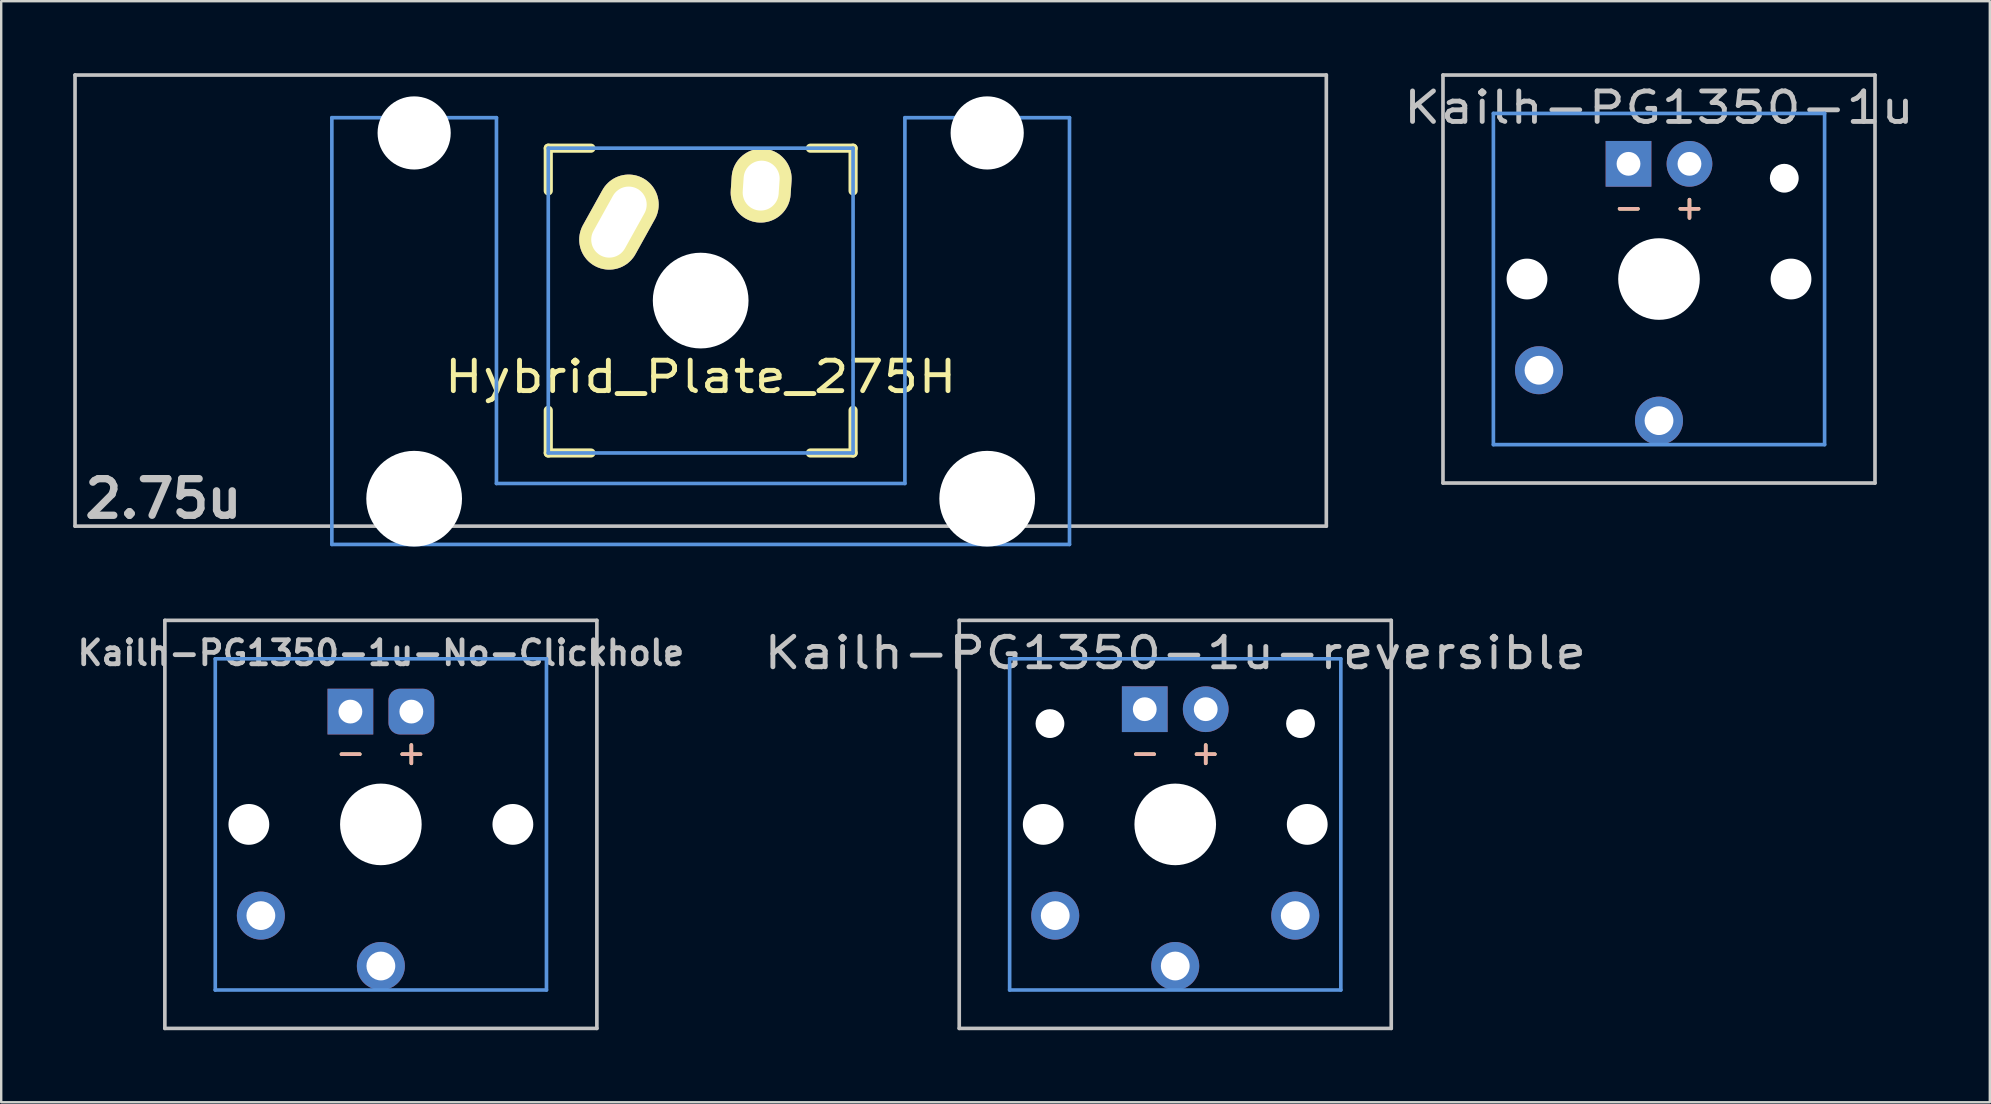
<source format=kicad_pcb>
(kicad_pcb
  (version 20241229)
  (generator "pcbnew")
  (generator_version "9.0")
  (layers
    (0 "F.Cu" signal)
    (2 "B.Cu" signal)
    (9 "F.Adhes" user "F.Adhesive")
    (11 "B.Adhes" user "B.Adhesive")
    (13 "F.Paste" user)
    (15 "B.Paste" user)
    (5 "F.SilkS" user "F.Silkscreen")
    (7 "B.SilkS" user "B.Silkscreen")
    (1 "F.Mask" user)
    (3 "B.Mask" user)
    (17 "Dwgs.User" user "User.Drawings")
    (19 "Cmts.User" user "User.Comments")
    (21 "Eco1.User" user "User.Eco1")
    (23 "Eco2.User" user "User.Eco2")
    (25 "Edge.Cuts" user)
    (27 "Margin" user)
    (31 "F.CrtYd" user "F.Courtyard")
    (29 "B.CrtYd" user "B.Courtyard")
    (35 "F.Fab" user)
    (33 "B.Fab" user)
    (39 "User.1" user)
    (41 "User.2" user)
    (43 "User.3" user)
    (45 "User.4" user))
  (footprint "Kailh-PG1350-1u-reversible"
    (layer "F.Cu")
    (at 45.917 31.299)
    (property "Reference" "Kailh-PG1350-1u-reversible" (at 0 -7.144 180) (layer "Dwgs.User") (effects (font (size 1.27 1.524) (thickness 0.203))))
    (attr through_hole)
    (fp_line (start -9 -8.5) (end 9 -8.5) (stroke (width 0.152) (type solid)) (layer "Dwgs.User"))
    (fp_line (start -9 8.5) (end -9 -8.5) (stroke (width 0.152) (type solid)) (layer "Dwgs.User"))
    (fp_line (start 9 -8.5) (end 9 8.5) (stroke (width 0.152) (type solid)) (layer "Dwgs.User"))
    (fp_line (start 9 8.5) (end -9 8.5) (stroke (width 0.152) (type solid)) (layer "Dwgs.User"))
    (fp_line (start -6.9 -6.9) (end 6.9 -6.9) (stroke (width 0.152) (type solid)) (layer "Cmts.User"))
    (fp_line (start -6.9 6.9) (end -6.9 -6.9) (stroke (width 0.152) (type solid)) (layer "Cmts.User"))
    (fp_line (start 6.9 -6.9) (end 6.9 6.9) (stroke (width 0.152) (type solid)) (layer "Cmts.User"))
    (fp_line (start 6.9 6.9) (end -6.9 6.9) (stroke (width 0.152) (type solid)) (layer "Cmts.User"))
    (fp_line (start -7.5 -7.5) (end 7.5 -7.5) (stroke (width 0.152) (type solid)) (layer "Eco2.User"))
    (fp_line (start -7.5 7.5) (end -7.5 -7.5) (stroke (width 0.152) (type solid)) (layer "Eco2.User"))
    (fp_line (start 7.5 -7.5) (end 7.5 7.5) (stroke (width 0.152) (type solid)) (layer "Eco2.User"))
    (fp_line (start 7.5 7.5) (end -7.5 7.5) (stroke (width 0.152) (type solid)) (layer "Eco2.User"))
    (fp_text user "-" (at -1.26 -3 180) (layer "F.SilkS") (effects (font (size 1 1) (thickness 0.15))))
    (fp_text user "+" (at 1.27 -3 180) (layer "F.SilkS") (effects (font (size 1 1) (thickness 0.15))))
    (fp_text user "-" (at -1.26 -3 180) (layer "B.SilkS") (effects (font (size 1 1) (thickness 0.15)) (justify mirror)))
    (fp_text user "+" (at 1.27 -3 180) (layer "B.SilkS") (effects (font (size 1 1) (thickness 0.15)) (justify mirror)))
    (pad "" np_thru_hole circle (at -5.5 0 180) (size 1.7 1.7) (drill 1.7) (layers "*.Cu"))
    (pad "" np_thru_hole circle (at -5.22 -4.2 180) (size 1.2 1.2) (drill 1.2) (layers "*.Cu"))
    (pad "" np_thru_hole circle (at 0 0 180) (size 3.4 3.4) (drill 3.4) (layers "*.Cu"))
    (pad "" np_thru_hole circle (at 5.22 -4.2 180) (size 1.2 1.2) (drill 1.2) (layers "*.Cu"))
    (pad "" np_thru_hole circle (at 5.5 0 180) (size 1.7 1.7) (drill 1.7) (layers "*.Cu"))
    (pad "1" thru_hole circle (at 0 5.9 180) (size 2 2) (drill 1.2) (layers "*.Cu" "*.Mask"))
    (pad "2" thru_hole circle (at -5 3.8 41.9) (size 2 2) (drill 1.2) (layers "*.Cu" "*.Mask"))
    (pad "2" thru_hole circle (at 5 3.8 41.9) (size 2 2) (drill 1.2) (layers "*.Cu" "*.Mask"))
    (pad "3" thru_hole circle (at 1.27 -4.8 180) (size 1.905 1.905) (drill 0.991) (layers "*.Cu" "*.Mask"))
    (pad "4" thru_hole rect (at -1.27 -4.8 180) (size 1.905 1.905) (drill 0.991) (layers "*.Cu" "*.Mask")))
  (footprint "Kailh-PG1350-1u-No-Clickhole"
    (layer "F.Cu")
    (at 12.819 31.299)
    (property "Reference" "Kailh-PG1350-1u-No-Clickhole" (at 0 -7.144 180) (layer "Dwgs.User") (effects (font (size 1 1) (thickness 0.2))))
    (attr through_hole)
    (fp_line (start -9 -8.5) (end 9 -8.5) (stroke (width 0.152) (type solid)) (layer "Dwgs.User"))
    (fp_line (start -9 8.5) (end -9 -8.5) (stroke (width 0.152) (type solid)) (layer "Dwgs.User"))
    (fp_line (start 9 -8.5) (end 9 8.5) (stroke (width 0.152) (type solid)) (layer "Dwgs.User"))
    (fp_line (start 9 8.5) (end -9 8.5) (stroke (width 0.152) (type solid)) (layer "Dwgs.User"))
    (fp_line (start -6.9 -6.9) (end 6.9 -6.9) (stroke (width 0.152) (type solid)) (layer "Cmts.User"))
    (fp_line (start -6.9 6.9) (end -6.9 -6.9) (stroke (width 0.152) (type solid)) (layer "Cmts.User"))
    (fp_line (start 6.9 -6.9) (end 6.9 6.9) (stroke (width 0.152) (type solid)) (layer "Cmts.User"))
    (fp_line (start 6.9 6.9) (end -6.9 6.9) (stroke (width 0.152) (type solid)) (layer "Cmts.User"))
    (fp_line (start -7.5 -7.5) (end 7.5 -7.5) (stroke (width 0.152) (type solid)) (layer "Eco2.User"))
    (fp_line (start -7.5 7.5) (end -7.5 -7.5) (stroke (width 0.152) (type solid)) (layer "Eco2.User"))
    (fp_line (start 7.5 -7.5) (end 7.5 7.5) (stroke (width 0.152) (type solid)) (layer "Eco2.User"))
    (fp_line (start 7.5 7.5) (end -7.5 7.5) (stroke (width 0.152) (type solid)) (layer "Eco2.User"))
    (fp_text user "-" (at -1.26 -3 180) (layer "F.SilkS") (effects (font (size 1 1) (thickness 0.15))))
    (fp_text user "+" (at 1.27 -3 180) (layer "F.SilkS") (effects (font (size 1 1) (thickness 0.15))))
    (fp_text user "-" (at -1.26 -3 180) (layer "B.SilkS") (effects (font (size 1 1) (thickness 0.15)) (justify mirror)))
    (fp_text user "+" (at 1.27 -3 180) (layer "B.SilkS") (effects (font (size 1 1) (thickness 0.15)) (justify mirror)))
    (pad "" np_thru_hole circle (at -5.5 0 180) (size 1.7 1.7) (drill 1.7) (layers "*.Cu" "*.Mask"))
    (pad "" np_thru_hole circle (at 0 0 180) (size 3.4 3.4) (drill 3.4) (layers "*.Cu" "*.Mask"))
    (pad "" np_thru_hole circle (at 5.5 0 180) (size 1.7 1.7) (drill 1.7) (layers "*.Cu" "*.Mask"))
    (pad "1" thru_hole circle (at 0 5.9 180) (size 2 2) (drill 1.2) (layers "*.Cu" "*.Mask"))
    (pad "2" thru_hole circle (at -5 3.8 41.9) (size 2 2) (drill 1.2) (layers "*.Cu" "*.Mask"))
    (pad "3" thru_hole roundrect (at 1.27 -4.7 180) (size 1.905 1.905) (drill 0.991) (layers "*.Cu" "*.Mask") (roundrect_rratio 0.25))
    (pad "4" thru_hole rect (at -1.27 -4.7 180) (size 1.905 1.905) (drill 0.991) (layers "*.Cu" "*.Mask")))
  (footprint "Kailh-PG1350-1u"
    (layer "F.Cu")
    (at 66.073 8.576)
    (property "Reference" "Kailh-PG1350-1u" (at 0 -7.144 180) (layer "Dwgs.User") (effects (font (size 1.27 1.524) (thickness 0.203))))
    (attr through_hole)
    (fp_line (start -9 -8.5) (end 9 -8.5) (stroke (width 0.152) (type solid)) (layer "Dwgs.User"))
    (fp_line (start -9 8.5) (end -9 -8.5) (stroke (width 0.152) (type solid)) (layer "Dwgs.User"))
    (fp_line (start 9 -8.5) (end 9 8.5) (stroke (width 0.152) (type solid)) (layer "Dwgs.User"))
    (fp_line (start 9 8.5) (end -9 8.5) (stroke (width 0.152) (type solid)) (layer "Dwgs.User"))
    (fp_line (start -6.9 -6.9) (end 6.9 -6.9) (stroke (width 0.152) (type solid)) (layer "Cmts.User"))
    (fp_line (start -6.9 6.9) (end -6.9 -6.9) (stroke (width 0.152) (type solid)) (layer "Cmts.User"))
    (fp_line (start 6.9 -6.9) (end 6.9 6.9) (stroke (width 0.152) (type solid)) (layer "Cmts.User"))
    (fp_line (start 6.9 6.9) (end -6.9 6.9) (stroke (width 0.152) (type solid)) (layer "Cmts.User"))
    (fp_line (start -7.5 -7.5) (end 7.5 -7.5) (stroke (width 0.152) (type solid)) (layer "Eco2.User"))
    (fp_line (start -7.5 7.5) (end -7.5 -7.5) (stroke (width 0.152) (type solid)) (layer "Eco2.User"))
    (fp_line (start 7.5 -7.5) (end 7.5 7.5) (stroke (width 0.152) (type solid)) (layer "Eco2.User"))
    (fp_line (start 7.5 7.5) (end -7.5 7.5) (stroke (width 0.152) (type solid)) (layer "Eco2.User"))
    (fp_text user "+" (at 1.27 -3 180) (layer "F.SilkS") (effects (font (size 1 1) (thickness 0.15))))
    (fp_text user "-" (at -1.26 -3 180) (layer "F.SilkS") (effects (font (size 1 1) (thickness 0.15))))
    (fp_text user "+" (at 1.27 -3 180) (layer "B.SilkS") (effects (font (size 1 1) (thickness 0.15)) (justify mirror)))
    (fp_text user "-" (at -1.26 -3 180) (layer "B.SilkS") (effects (font (size 1 1) (thickness 0.15)) (justify mirror)))
    (pad "" np_thru_hole circle (at -5.5 0 180) (size 1.7 1.7) (drill 1.7) (layers "*.Cu"))
    (pad "" np_thru_hole circle (at 0 0 180) (size 3.4 3.4) (drill 3.4) (layers "*.Cu"))
    (pad "" np_thru_hole circle (at 5.22 -4.2 180) (size 1.2 1.2) (drill 1.2) (layers "*.Cu"))
    (pad "" np_thru_hole circle (at 5.5 0 180) (size 1.7 1.7) (drill 1.7) (layers "*.Cu"))
    (pad "1" thru_hole circle (at 0 5.9 180) (size 2 2) (drill 1.2) (layers "*.Cu" "*.Mask"))
    (pad "2" thru_hole circle (at -5 3.8 41.9) (size 2 2) (drill 1.2) (layers "*.Cu" "*.Mask"))
    (pad "3" thru_hole circle (at 1.27 -4.8 180) (size 1.905 1.905) (drill 0.991) (layers "*.Cu" "*.Mask"))
    (pad "4" thru_hole rect (at -1.27 -4.8 180) (size 1.905 1.905) (drill 0.991) (layers "*.Cu" "*.Mask")))
  (footprint "Hybrid_Plate_275H"
    (layer "F.Cu")
    (at 26.144 9.474)
    (property "Reference" "Hybrid_Plate_275H" (at 0 3.175 0) (layer "F.SilkS") (effects (font (size 1.27 1.524) (thickness 0.203))))
    (attr through_hole)
    (fp_line (start -6.35 -6.35) (end -4.572 -6.35) (stroke (width 0.381) (type solid)) (layer "F.SilkS"))
    (fp_line (start -6.35 -4.572) (end -6.35 -6.35) (stroke (width 0.381) (type solid)) (layer "F.SilkS"))
    (fp_line (start -6.35 6.35) (end -6.35 4.572) (stroke (width 0.381) (type solid)) (layer "F.SilkS"))
    (fp_line (start -4.572 6.35) (end -6.35 6.35) (stroke (width 0.381) (type solid)) (layer "F.SilkS"))
    (fp_line (start 4.572 -6.35) (end 6.35 -6.35) (stroke (width 0.381) (type solid)) (layer "F.SilkS"))
    (fp_line (start 6.35 -6.35) (end 6.35 -4.572) (stroke (width 0.381) (type solid)) (layer "F.SilkS"))
    (fp_line (start 6.35 4.572) (end 6.35 6.35) (stroke (width 0.381) (type solid)) (layer "F.SilkS"))
    (fp_line (start 6.35 6.35) (end 4.572 6.35) (stroke (width 0.381) (type solid)) (layer "F.SilkS"))
    (fp_line (start -26.068 -9.398) (end 26.068 -9.398) (stroke (width 0.152) (type solid)) (layer "Dwgs.User"))
    (fp_line (start -26.068 9.398) (end -26.068 -9.398) (stroke (width 0.152) (type solid)) (layer "Dwgs.User"))
    (fp_line (start 26.068 -9.398) (end 26.068 9.398) (stroke (width 0.152) (type solid)) (layer "Dwgs.User"))
    (fp_line (start 26.068 9.398) (end -26.068 9.398) (stroke (width 0.152) (type solid)) (layer "Dwgs.User"))
    (fp_line (start -15.367 -7.62) (end -15.367 10.16) (stroke (width 0.152) (type solid)) (layer "Cmts.User"))
    (fp_line (start -15.367 10.16) (end 15.367 10.16) (stroke (width 0.152) (type solid)) (layer "Cmts.User"))
    (fp_line (start -8.509 -7.62) (end -15.367 -7.62) (stroke (width 0.152) (type solid)) (layer "Cmts.User"))
    (fp_line (start -8.509 7.62) (end -8.509 -7.62) (stroke (width 0.152) (type solid)) (layer "Cmts.User"))
    (fp_line (start -6.35 -6.35) (end 6.35 -6.35) (stroke (width 0.152) (type solid)) (layer "Cmts.User"))
    (fp_line (start -6.35 6.35) (end -6.35 -6.35) (stroke (width 0.152) (type solid)) (layer "Cmts.User"))
    (fp_line (start 6.35 -6.35) (end 6.35 6.35) (stroke (width 0.152) (type solid)) (layer "Cmts.User"))
    (fp_line (start 6.35 6.35) (end -6.35 6.35) (stroke (width 0.152) (type solid)) (layer "Cmts.User"))
    (fp_line (start 8.509 -7.62) (end 8.509 7.62) (stroke (width 0.152) (type solid)) (layer "Cmts.User"))
    (fp_line (start 8.509 7.62) (end -8.509 7.62) (stroke (width 0.152) (type solid)) (layer "Cmts.User"))
    (fp_line (start 15.367 -7.62) (end 8.509 -7.62) (stroke (width 0.152) (type solid)) (layer "Cmts.User"))
    (fp_line (start 15.367 10.16) (end 15.367 -7.62) (stroke (width 0.152) (type solid)) (layer "Cmts.User"))
    (fp_line (start -16.129 -2.286) (end -15.265 -2.286) (stroke (width 0.152) (type solid)) (layer "Eco2.User"))
    (fp_line (start -16.129 0.508) (end -16.129 -2.286) (stroke (width 0.152) (type solid)) (layer "Eco2.User"))
    (fp_line (start -15.265 -5.69) (end -8.611 -5.69) (stroke (width 0.152) (type solid)) (layer "Eco2.User"))
    (fp_line (start -15.265 -2.286) (end -15.265 -5.69) (stroke (width 0.152) (type solid)) (layer "Eco2.User"))
    (fp_line (start -15.265 0.508) (end -16.129 0.508) (stroke (width 0.152) (type solid)) (layer "Eco2.User"))
    (fp_line (start -15.265 6.604) (end -15.265 0.508) (stroke (width 0.152) (type solid)) (layer "Eco2.User"))
    (fp_line (start -14.224 6.604) (end -15.265 6.604) (stroke (width 0.152) (type solid)) (layer "Eco2.User"))
    (fp_line (start -14.224 7.772) (end -14.224 6.604) (stroke (width 0.152) (type solid)) (layer "Eco2.User"))
    (fp_line (start -9.652 6.604) (end -9.652 7.772) (stroke (width 0.152) (type solid)) (layer "Eco2.User"))
    (fp_line (start -9.652 7.772) (end -14.224 7.772) (stroke (width 0.152) (type solid)) (layer "Eco2.User"))
    (fp_line (start -8.611 -5.69) (end -8.611 -4.877) (stroke (width 0.152) (type solid)) (layer "Eco2.User"))
    (fp_line (start -8.611 -4.877) (end -6.985 -4.877) (stroke (width 0.152) (type solid)) (layer "Eco2.User"))
    (fp_line (start -8.611 5.817) (end -8.611 6.604) (stroke (width 0.152) (type solid)) (layer "Eco2.User"))
    (fp_line (start -8.611 6.604) (end -9.652 6.604) (stroke (width 0.152) (type solid)) (layer "Eco2.User"))
    (fp_line (start -6.985 -6.985) (end 6.985 -6.985) (stroke (width 0.152) (type solid)) (layer "Eco2.User"))
    (fp_line (start -6.985 -4.877) (end -6.985 -6.985) (stroke (width 0.152) (type solid)) (layer "Eco2.User"))
    (fp_line (start -6.985 5.817) (end -8.611 5.817) (stroke (width 0.152) (type solid)) (layer "Eco2.User"))
    (fp_line (start -6.985 6.985) (end -6.985 5.817) (stroke (width 0.152) (type solid)) (layer "Eco2.User"))
    (fp_line (start 6.985 -6.985) (end 6.985 -4.877) (stroke (width 0.152) (type solid)) (layer "Eco2.User"))
    (fp_line (start 6.985 -4.877) (end 8.611 -4.877) (stroke (width 0.152) (type solid)) (layer "Eco2.User"))
    (fp_line (start 6.985 5.817) (end 6.985 6.985) (stroke (width 0.152) (type solid)) (layer "Eco2.User"))
    (fp_line (start 6.985 6.985) (end -6.985 6.985) (stroke (width 0.152) (type solid)) (layer "Eco2.User"))
    (fp_line (start 8.611 -5.69) (end 15.265 -5.69) (stroke (width 0.152) (type solid)) (layer "Eco2.User"))
    (fp_line (start 8.611 -4.877) (end 8.611 -5.69) (stroke (width 0.152) (type solid)) (layer "Eco2.User"))
    (fp_line (start 8.611 5.817) (end 6.985 5.817) (stroke (width 0.152) (type solid)) (layer "Eco2.User"))
    (fp_line (start 8.611 6.604) (end 8.611 5.817) (stroke (width 0.152) (type solid)) (layer "Eco2.User"))
    (fp_line (start 9.652 6.604) (end 8.611 6.604) (stroke (width 0.152) (type solid)) (layer "Eco2.User"))
    (fp_line (start 9.652 7.772) (end 9.652 6.604) (stroke (width 0.152) (type solid)) (layer "Eco2.User"))
    (fp_line (start 14.224 6.604) (end 14.224 7.772) (stroke (width 0.152) (type solid)) (layer "Eco2.User"))
    (fp_line (start 14.224 7.772) (end 9.652 7.772) (stroke (width 0.152) (type solid)) (layer "Eco2.User"))
    (fp_line (start 15.265 -5.69) (end 15.265 -2.286) (stroke (width 0.152) (type solid)) (layer "Eco2.User"))
    (fp_line (start 15.265 -2.286) (end 16.129 -2.286) (stroke (width 0.152) (type solid)) (layer "Eco2.User"))
    (fp_line (start 15.265 0.508) (end 15.265 6.604) (stroke (width 0.152) (type solid)) (layer "Eco2.User"))
    (fp_line (start 15.265 6.604) (end 14.224 6.604) (stroke (width 0.152) (type solid)) (layer "Eco2.User"))
    (fp_line (start 16.129 -2.286) (end 16.129 0.508) (stroke (width 0.152) (type solid)) (layer "Eco2.User"))
    (fp_line (start 16.129 0.508) (end 15.265 0.508) (stroke (width 0.152) (type solid)) (layer "Eco2.User"))
    (fp_text user "2.75u" (at -22.385 8.255 0) (layer "Dwgs.User") (effects (font (size 1.524 1.524) (thickness 0.305))))
    (pad "" np_thru_hole circle (at -11.938 -6.985) (size 3.048 3.048) (drill 3.048) (layers "*.Cu"))
    (pad "" np_thru_hole circle (at -11.938 8.255) (size 3.988 3.988) (drill 3.988) (layers "*.Cu"))
    (pad "" np_thru_hole circle (at 0 0) (size 3.988 3.988) (drill 3.988) (layers "*.Cu"))
    (pad "" np_thru_hole circle (at 11.938 -6.985) (size 3.048 3.048) (drill 3.048) (layers "*.Cu"))
    (pad "" np_thru_hole circle (at 11.938 8.255) (size 3.988 3.988) (drill 3.988) (layers "*.Cu"))
    (pad "1" thru_hole oval (at -3.405 -3.27 330.95) (size 2.5 4.17) (drill oval 1.5 3.17) (layers "*.Cu" "*.Mask" "F.SilkS"))
    (pad "2" thru_hole oval (at 2.52 -4.79 356.1) (size 2.5 3.08) (drill oval 1.5 2.08) (layers "*.Cu" "*.Mask" "F.SilkS")))
  (gr_rect
    (start -3 -3)
    (end 79.857 42.876)
    (stroke (width 0.1) (type default))
    (fill no)
    (layer "Edge.Cuts")))
</source>
